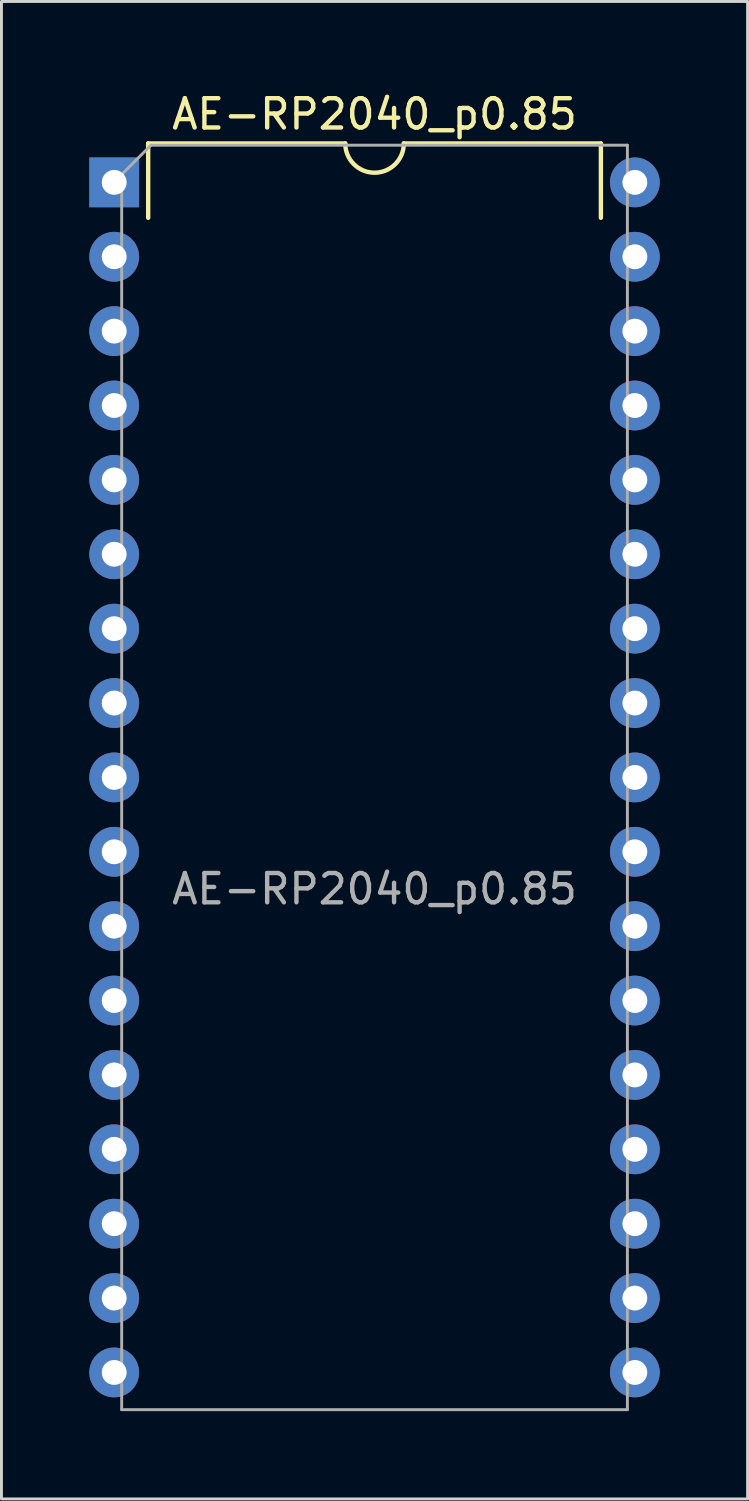
<source format=kicad_pcb>
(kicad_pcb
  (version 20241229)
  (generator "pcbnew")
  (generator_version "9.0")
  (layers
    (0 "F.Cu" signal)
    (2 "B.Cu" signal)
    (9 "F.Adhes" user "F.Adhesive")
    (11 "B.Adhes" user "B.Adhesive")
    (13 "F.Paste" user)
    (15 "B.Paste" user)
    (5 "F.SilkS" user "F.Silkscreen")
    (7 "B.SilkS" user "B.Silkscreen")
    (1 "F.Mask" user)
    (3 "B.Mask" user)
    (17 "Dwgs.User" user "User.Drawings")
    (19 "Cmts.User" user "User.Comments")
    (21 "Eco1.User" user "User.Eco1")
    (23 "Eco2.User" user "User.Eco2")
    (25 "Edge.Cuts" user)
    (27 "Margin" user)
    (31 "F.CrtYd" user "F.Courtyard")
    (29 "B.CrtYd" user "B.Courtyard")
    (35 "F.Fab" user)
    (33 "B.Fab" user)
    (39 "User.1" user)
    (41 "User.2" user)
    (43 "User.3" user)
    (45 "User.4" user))
  (footprint "AE-RP2040_p0.85"
    (layer "F.Cu")
    (at 0.85 3.178)
    (property "Reference" "AE-RP2040_p0.85" (at 8.89 -2.33 0) (layer "F.SilkS") (effects (font (size 1 1) (thickness 0.15))))
    (attr through_hole)
    (fp_line (start 1.16 -1.33) (end 1.16 1.21) (stroke (width 0.15) (type solid)) (layer "F.SilkS"))
    (fp_line (start 7.89 -1.33) (end 1.16 -1.33) (stroke (width 0.15) (type solid)) (layer "F.SilkS"))
    (fp_line (start 16.62 -1.33) (end 9.89 -1.33) (stroke (width 0.15) (type solid)) (layer "F.SilkS"))
    (fp_line (start 16.62 1.21) (end 16.62 -1.33) (stroke (width 0.15) (type solid)) (layer "F.SilkS"))
    (fp_arc (start 9.89 -1.33) (mid 8.89 -0.33) (end 7.89 -1.33) (stroke (width 0.15) (type solid)) (layer "F.SilkS"))
    (fp_line (start 0.255 -0.27) (end 1.255 -1.27) (stroke (width 0.1) (type solid)) (layer "F.Fab"))
    (fp_line (start 0.255 41.91) (end 0.255 -0.27) (stroke (width 0.1) (type solid)) (layer "F.Fab"))
    (fp_line (start 1.255 -1.27) (end 17.525 -1.27) (stroke (width 0.1) (type solid)) (layer "F.Fab"))
    (fp_line (start 17.525 -1.27) (end 17.525 41.91) (stroke (width 0.1) (type solid)) (layer "F.Fab"))
    (fp_line (start 17.525 41.91) (end 0.255 41.91) (stroke (width 0.1) (type solid)) (layer "F.Fab"))
    (fp_text user "${REFERENCE}" (at 8.89 24.13 0) (layer "F.Fab") (effects (font (size 1 1) (thickness 0.15))))
    (pad "1" thru_hole rect (at 0 0) (size 1.7 1.7) (drill 0.85) (layers "*.Cu" "*.Mask"))
    (pad "2" thru_hole circle (at 0 2.54) (size 1.7 1.7) (drill 0.85) (layers "*.Cu" "*.Mask"))
    (pad "3" thru_hole circle (at 0 5.08) (size 1.7 1.7) (drill 0.85) (layers "*.Cu" "*.Mask"))
    (pad "4" thru_hole circle (at 0 7.62) (size 1.7 1.7) (drill 0.85) (layers "*.Cu" "*.Mask"))
    (pad "5" thru_hole circle (at 0 10.16) (size 1.7 1.7) (drill 0.85) (layers "*.Cu" "*.Mask"))
    (pad "6" thru_hole circle (at 0 12.7) (size 1.7 1.7) (drill 0.85) (layers "*.Cu" "*.Mask"))
    (pad "7" thru_hole circle (at 0 15.24) (size 1.7 1.7) (drill 0.85) (layers "*.Cu" "*.Mask"))
    (pad "8" thru_hole circle (at 0 17.78) (size 1.7 1.7) (drill 0.85) (layers "*.Cu" "*.Mask"))
    (pad "9" thru_hole circle (at 0 20.32) (size 1.7 1.7) (drill 0.85) (layers "*.Cu" "*.Mask"))
    (pad "10" thru_hole circle (at 0 22.86) (size 1.7 1.7) (drill 0.85) (layers "*.Cu" "*.Mask"))
    (pad "11" thru_hole circle (at 0 25.4) (size 1.7 1.7) (drill 0.85) (layers "*.Cu" "*.Mask"))
    (pad "12" thru_hole circle (at 0 27.94) (size 1.7 1.7) (drill 0.85) (layers "*.Cu" "*.Mask"))
    (pad "13" thru_hole circle (at 0 30.48) (size 1.7 1.7) (drill 0.85) (layers "*.Cu" "*.Mask"))
    (pad "14" thru_hole circle (at 0 33.02) (size 1.7 1.7) (drill 0.85) (layers "*.Cu" "*.Mask"))
    (pad "15" thru_hole circle (at 0 35.56) (size 1.7 1.7) (drill 0.85) (layers "*.Cu" "*.Mask"))
    (pad "16" thru_hole circle (at 0 38.1) (size 1.7 1.7) (drill 0.85) (layers "*.Cu" "*.Mask"))
    (pad "17" thru_hole circle (at 0 40.64) (size 1.7 1.7) (drill 0.85) (layers "*.Cu" "*.Mask"))
    (pad "18" thru_hole circle (at 17.78 40.64) (size 1.7 1.7) (drill 0.85) (layers "*.Cu" "*.Mask"))
    (pad "19" thru_hole circle (at 17.78 38.1) (size 1.7 1.7) (drill 0.85) (layers "*.Cu" "*.Mask"))
    (pad "20" thru_hole circle (at 17.78 35.56) (size 1.7 1.7) (drill 0.85) (layers "*.Cu" "*.Mask"))
    (pad "21" thru_hole circle (at 17.78 33.02) (size 1.7 1.7) (drill 0.85) (layers "*.Cu" "*.Mask"))
    (pad "22" thru_hole circle (at 17.78 30.48) (size 1.7 1.7) (drill 0.85) (layers "*.Cu" "*.Mask"))
    (pad "23" thru_hole circle (at 17.78 27.94) (size 1.7 1.7) (drill 0.85) (layers "*.Cu" "*.Mask"))
    (pad "24" thru_hole circle (at 17.78 25.4) (size 1.7 1.7) (drill 0.85) (layers "*.Cu" "*.Mask"))
    (pad "25" thru_hole circle (at 17.78 22.86) (size 1.7 1.7) (drill 0.85) (layers "*.Cu" "*.Mask"))
    (pad "26" thru_hole circle (at 17.78 20.32) (size 1.7 1.7) (drill 0.85) (layers "*.Cu" "*.Mask"))
    (pad "27" thru_hole circle (at 17.78 17.78) (size 1.7 1.7) (drill 0.85) (layers "*.Cu" "*.Mask"))
    (pad "28" thru_hole circle (at 17.78 15.24) (size 1.7 1.7) (drill 0.85) (layers "*.Cu" "*.Mask"))
    (pad "29" thru_hole circle (at 17.78 12.7) (size 1.7 1.7) (drill 0.85) (layers "*.Cu" "*.Mask"))
    (pad "30" thru_hole circle (at 17.78 10.16) (size 1.7 1.7) (drill 0.85) (layers "*.Cu" "*.Mask"))
    (pad "31" thru_hole circle (at 17.78 7.62) (size 1.7 1.7) (drill 0.85) (layers "*.Cu" "*.Mask"))
    (pad "32" thru_hole circle (at 17.78 5.08) (size 1.7 1.7) (drill 0.85) (layers "*.Cu" "*.Mask"))
    (pad "33" thru_hole circle (at 17.78 2.54) (size 1.7 1.7) (drill 0.85) (layers "*.Cu" "*.Mask"))
    (pad "34" thru_hole circle (at 17.78 0) (size 1.7 1.7) (drill 0.85) (layers "*.Cu" "*.Mask")))
  (gr_rect
    (start -3 -3)
    (end 22.48 48.138)
    (stroke (width 0.1) (type default))
    (fill no)
    (layer "Edge.Cuts")))
</source>
